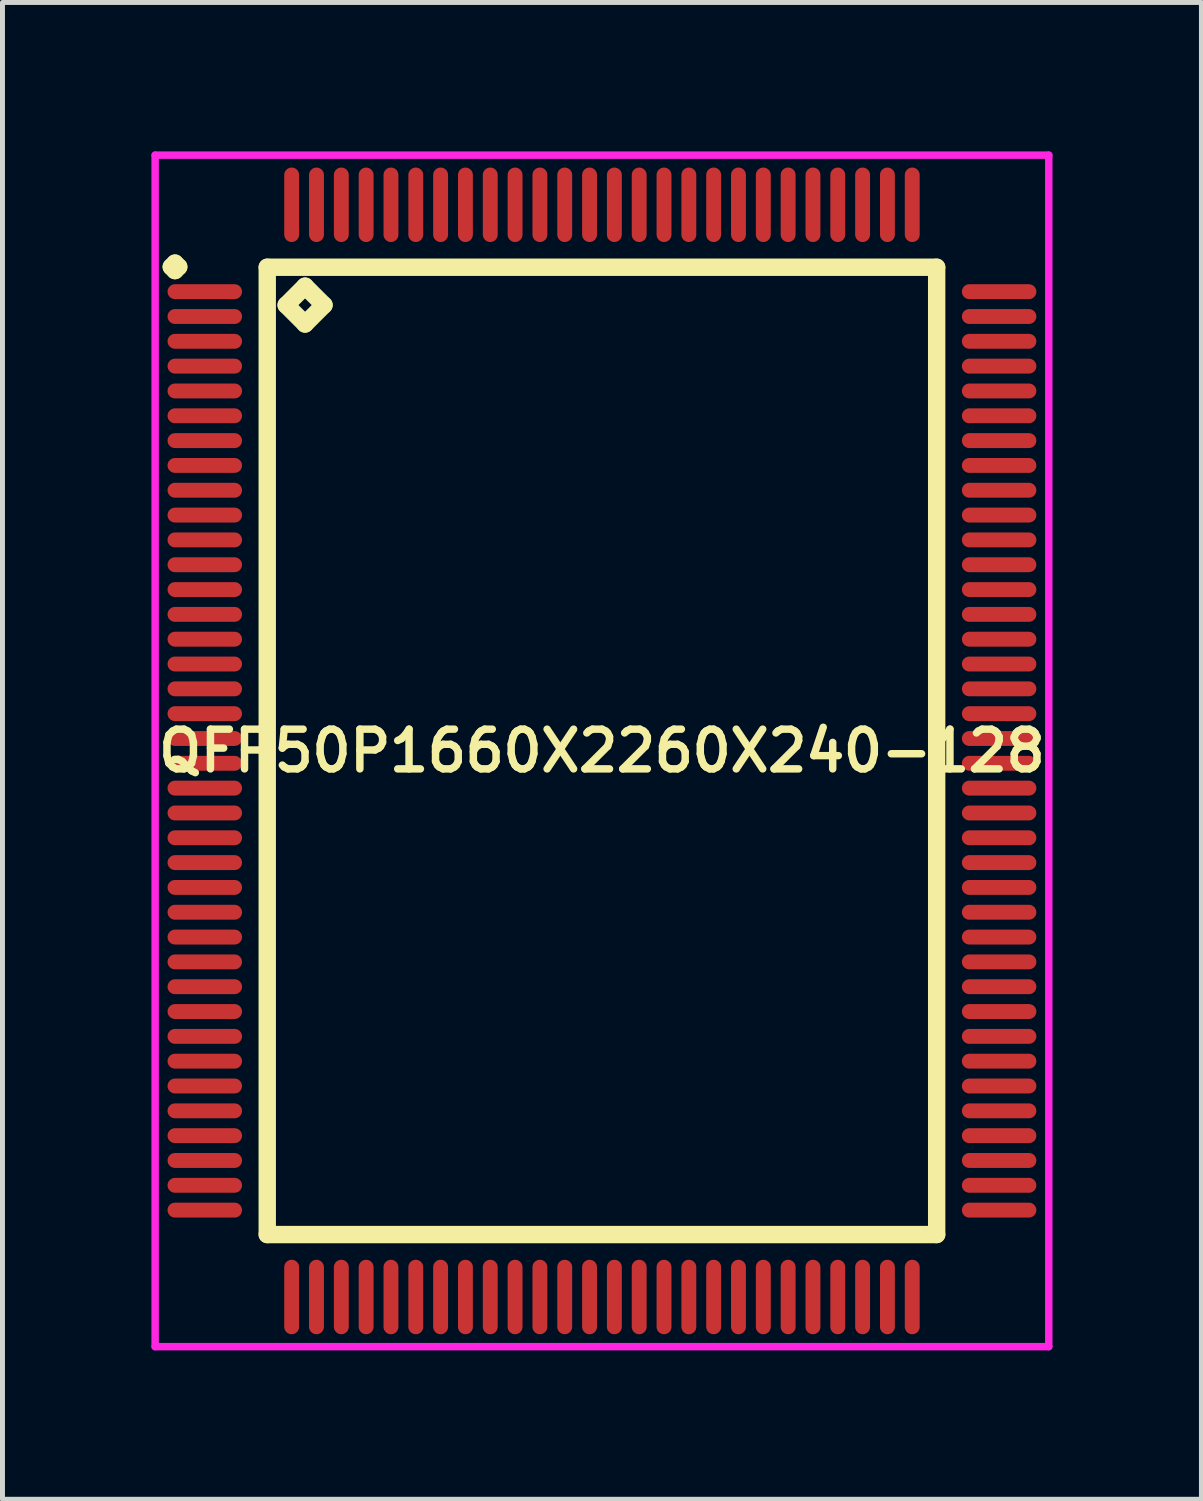
<source format=kicad_pcb>
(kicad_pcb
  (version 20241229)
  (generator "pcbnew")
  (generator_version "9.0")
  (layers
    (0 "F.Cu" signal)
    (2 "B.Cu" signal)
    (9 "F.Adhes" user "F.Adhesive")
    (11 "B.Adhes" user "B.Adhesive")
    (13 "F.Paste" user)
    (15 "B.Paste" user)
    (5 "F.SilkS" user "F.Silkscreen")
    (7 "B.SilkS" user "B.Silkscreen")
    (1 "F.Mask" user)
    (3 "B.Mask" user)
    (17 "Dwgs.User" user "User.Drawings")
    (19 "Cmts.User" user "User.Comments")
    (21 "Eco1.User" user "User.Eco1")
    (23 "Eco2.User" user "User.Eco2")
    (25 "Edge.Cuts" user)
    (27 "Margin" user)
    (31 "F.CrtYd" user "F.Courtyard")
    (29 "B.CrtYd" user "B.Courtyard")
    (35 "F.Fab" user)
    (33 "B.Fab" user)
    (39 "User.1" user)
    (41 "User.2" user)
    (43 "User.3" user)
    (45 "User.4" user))
  (footprint "QFP50P1660X2260X240-128"
    (layer "F.Cu")
    (at 9.075 12.075)
    (property "Reference" "QFP50P1660X2260X240-128" (at 0 0 0) (layer "F.SilkS") (effects (font (size 0.8 0.8) (thickness 0.15))))
    (attr smd)
    (fp_line (start -8.675 -9.75) (end -8.6 -9.825) (stroke (width 0.35) (type solid)) (layer "F.SilkS"))
    (fp_line (start -8.6 -9.825) (end -8.525 -9.75) (stroke (width 0.35) (type solid)) (layer "F.SilkS"))
    (fp_line (start -8.6 -9.675) (end -8.675 -9.75) (stroke (width 0.35) (type solid)) (layer "F.SilkS"))
    (fp_line (start -8.525 -9.75) (end -8.6 -9.675) (stroke (width 0.35) (type solid)) (layer "F.SilkS"))
    (fp_line (start -6.742 -9.742) (end -6.742 9.742) (stroke (width 0.35) (type solid)) (layer "F.SilkS"))
    (fp_line (start -6.742 9.742) (end 6.742 9.742) (stroke (width 0.35) (type solid)) (layer "F.SilkS"))
    (fp_line (start -6.361 -8.98) (end -5.98 -9.361) (stroke (width 0.35) (type solid)) (layer "F.SilkS"))
    (fp_line (start -5.98 -9.361) (end -5.599 -8.98) (stroke (width 0.35) (type solid)) (layer "F.SilkS"))
    (fp_line (start -5.98 -8.599) (end -6.361 -8.98) (stroke (width 0.35) (type solid)) (layer "F.SilkS"))
    (fp_line (start -5.599 -8.98) (end -5.98 -8.599) (stroke (width 0.35) (type solid)) (layer "F.SilkS"))
    (fp_line (start 6.742 -9.742) (end -6.742 -9.742) (stroke (width 0.35) (type solid)) (layer "F.SilkS"))
    (fp_line (start 6.742 9.742) (end 6.742 -9.742) (stroke (width 0.35) (type solid)) (layer "F.SilkS"))
    (fp_line (start -9 -12) (end 9 -12) (stroke (width 0.15) (type solid)) (layer "F.CrtYd"))
    (fp_line (start -9 12) (end -9 -12) (stroke (width 0.15) (type solid)) (layer "F.CrtYd"))
    (fp_line (start 9 -12) (end 9 12) (stroke (width 0.15) (type solid)) (layer "F.CrtYd"))
    (fp_line (start 9 12) (end -9 12) (stroke (width 0.15) (type solid)) (layer "F.CrtYd"))
    (pad "1" smd oval (at -8 -9.25) (size 1.5 0.3) (layers "F.Cu" "F.Mask" "F.Paste"))
    (pad "2" smd oval (at -8 -8.75) (size 1.5 0.3) (layers "F.Cu" "F.Mask" "F.Paste"))
    (pad "3" smd oval (at -8 -8.25) (size 1.5 0.3) (layers "F.Cu" "F.Mask" "F.Paste"))
    (pad "4" smd oval (at -8 -7.75) (size 1.5 0.3) (layers "F.Cu" "F.Mask" "F.Paste"))
    (pad "5" smd oval (at -8 -7.25) (size 1.5 0.3) (layers "F.Cu" "F.Mask" "F.Paste"))
    (pad "6" smd oval (at -8 -6.75) (size 1.5 0.3) (layers "F.Cu" "F.Mask" "F.Paste"))
    (pad "7" smd oval (at -8 -6.25) (size 1.5 0.3) (layers "F.Cu" "F.Mask" "F.Paste"))
    (pad "8" smd oval (at -8 -5.75) (size 1.5 0.3) (layers "F.Cu" "F.Mask" "F.Paste"))
    (pad "9" smd oval (at -8 -5.25) (size 1.5 0.3) (layers "F.Cu" "F.Mask" "F.Paste"))
    (pad "10" smd oval (at -8 -4.75) (size 1.5 0.3) (layers "F.Cu" "F.Mask" "F.Paste"))
    (pad "11" smd oval (at -8 -4.25) (size 1.5 0.3) (layers "F.Cu" "F.Mask" "F.Paste"))
    (pad "12" smd oval (at -8 -3.75) (size 1.5 0.3) (layers "F.Cu" "F.Mask" "F.Paste"))
    (pad "13" smd oval (at -8 -3.25) (size 1.5 0.3) (layers "F.Cu" "F.Mask" "F.Paste"))
    (pad "14" smd oval (at -8 -2.75) (size 1.5 0.3) (layers "F.Cu" "F.Mask" "F.Paste"))
    (pad "15" smd oval (at -8 -2.25) (size 1.5 0.3) (layers "F.Cu" "F.Mask" "F.Paste"))
    (pad "16" smd oval (at -8 -1.75) (size 1.5 0.3) (layers "F.Cu" "F.Mask" "F.Paste"))
    (pad "17" smd oval (at -8 -1.25) (size 1.5 0.3) (layers "F.Cu" "F.Mask" "F.Paste"))
    (pad "18" smd oval (at -8 -0.75) (size 1.5 0.3) (layers "F.Cu" "F.Mask" "F.Paste"))
    (pad "19" smd oval (at -8 -0.25) (size 1.5 0.3) (layers "F.Cu" "F.Mask" "F.Paste"))
    (pad "20" smd oval (at -8 0.25) (size 1.5 0.3) (layers "F.Cu" "F.Mask" "F.Paste"))
    (pad "21" smd oval (at -8 0.75) (size 1.5 0.3) (layers "F.Cu" "F.Mask" "F.Paste"))
    (pad "22" smd oval (at -8 1.25) (size 1.5 0.3) (layers "F.Cu" "F.Mask" "F.Paste"))
    (pad "23" smd oval (at -8 1.75) (size 1.5 0.3) (layers "F.Cu" "F.Mask" "F.Paste"))
    (pad "24" smd oval (at -8 2.25) (size 1.5 0.3) (layers "F.Cu" "F.Mask" "F.Paste"))
    (pad "25" smd oval (at -8 2.75) (size 1.5 0.3) (layers "F.Cu" "F.Mask" "F.Paste"))
    (pad "26" smd oval (at -8 3.25) (size 1.5 0.3) (layers "F.Cu" "F.Mask" "F.Paste"))
    (pad "27" smd oval (at -8 3.75) (size 1.5 0.3) (layers "F.Cu" "F.Mask" "F.Paste"))
    (pad "28" smd oval (at -8 4.25) (size 1.5 0.3) (layers "F.Cu" "F.Mask" "F.Paste"))
    (pad "29" smd oval (at -8 4.75) (size 1.5 0.3) (layers "F.Cu" "F.Mask" "F.Paste"))
    (pad "30" smd oval (at -8 5.25) (size 1.5 0.3) (layers "F.Cu" "F.Mask" "F.Paste"))
    (pad "31" smd oval (at -8 5.75) (size 1.5 0.3) (layers "F.Cu" "F.Mask" "F.Paste"))
    (pad "32" smd oval (at -8 6.25) (size 1.5 0.3) (layers "F.Cu" "F.Mask" "F.Paste"))
    (pad "33" smd oval (at -8 6.75) (size 1.5 0.3) (layers "F.Cu" "F.Mask" "F.Paste"))
    (pad "34" smd oval (at -8 7.25) (size 1.5 0.3) (layers "F.Cu" "F.Mask" "F.Paste"))
    (pad "35" smd oval (at -8 7.75) (size 1.5 0.3) (layers "F.Cu" "F.Mask" "F.Paste"))
    (pad "36" smd oval (at -8 8.25) (size 1.5 0.3) (layers "F.Cu" "F.Mask" "F.Paste"))
    (pad "37" smd oval (at -8 8.75) (size 1.5 0.3) (layers "F.Cu" "F.Mask" "F.Paste"))
    (pad "38" smd oval (at -8 9.25) (size 1.5 0.3) (layers "F.Cu" "F.Mask" "F.Paste"))
    (pad "39" smd oval (at -6.25 11) (size 0.3 1.5) (layers "F.Cu" "F.Mask" "F.Paste"))
    (pad "40" smd oval (at -5.75 11) (size 0.3 1.5) (layers "F.Cu" "F.Mask" "F.Paste"))
    (pad "41" smd oval (at -5.25 11) (size 0.3 1.5) (layers "F.Cu" "F.Mask" "F.Paste"))
    (pad "42" smd oval (at -4.75 11) (size 0.3 1.5) (layers "F.Cu" "F.Mask" "F.Paste"))
    (pad "43" smd oval (at -4.25 11) (size 0.3 1.5) (layers "F.Cu" "F.Mask" "F.Paste"))
    (pad "44" smd oval (at -3.75 11) (size 0.3 1.5) (layers "F.Cu" "F.Mask" "F.Paste"))
    (pad "45" smd oval (at -3.25 11) (size 0.3 1.5) (layers "F.Cu" "F.Mask" "F.Paste"))
    (pad "46" smd oval (at -2.75 11) (size 0.3 1.5) (layers "F.Cu" "F.Mask" "F.Paste"))
    (pad "47" smd oval (at -2.25 11) (size 0.3 1.5) (layers "F.Cu" "F.Mask" "F.Paste"))
    (pad "48" smd oval (at -1.75 11) (size 0.3 1.5) (layers "F.Cu" "F.Mask" "F.Paste"))
    (pad "49" smd oval (at -1.25 11) (size 0.3 1.5) (layers "F.Cu" "F.Mask" "F.Paste"))
    (pad "50" smd oval (at -0.75 11) (size 0.3 1.5) (layers "F.Cu" "F.Mask" "F.Paste"))
    (pad "51" smd oval (at -0.25 11) (size 0.3 1.5) (layers "F.Cu" "F.Mask" "F.Paste"))
    (pad "52" smd oval (at 0.25 11) (size 0.3 1.5) (layers "F.Cu" "F.Mask" "F.Paste"))
    (pad "53" smd oval (at 0.75 11) (size 0.3 1.5) (layers "F.Cu" "F.Mask" "F.Paste"))
    (pad "54" smd oval (at 1.25 11) (size 0.3 1.5) (layers "F.Cu" "F.Mask" "F.Paste"))
    (pad "55" smd oval (at 1.75 11) (size 0.3 1.5) (layers "F.Cu" "F.Mask" "F.Paste"))
    (pad "56" smd oval (at 2.25 11) (size 0.3 1.5) (layers "F.Cu" "F.Mask" "F.Paste"))
    (pad "57" smd oval (at 2.75 11) (size 0.3 1.5) (layers "F.Cu" "F.Mask" "F.Paste"))
    (pad "58" smd oval (at 3.25 11) (size 0.3 1.5) (layers "F.Cu" "F.Mask" "F.Paste"))
    (pad "59" smd oval (at 3.75 11) (size 0.3 1.5) (layers "F.Cu" "F.Mask" "F.Paste"))
    (pad "60" smd oval (at 4.25 11) (size 0.3 1.5) (layers "F.Cu" "F.Mask" "F.Paste"))
    (pad "61" smd oval (at 4.75 11) (size 0.3 1.5) (layers "F.Cu" "F.Mask" "F.Paste"))
    (pad "62" smd oval (at 5.25 11) (size 0.3 1.5) (layers "F.Cu" "F.Mask" "F.Paste"))
    (pad "63" smd oval (at 5.75 11) (size 0.3 1.5) (layers "F.Cu" "F.Mask" "F.Paste"))
    (pad "64" smd oval (at 6.25 11) (size 0.3 1.5) (layers "F.Cu" "F.Mask" "F.Paste"))
    (pad "65" smd oval (at 8 9.25) (size 1.5 0.3) (layers "F.Cu" "F.Mask" "F.Paste"))
    (pad "66" smd oval (at 8 8.75) (size 1.5 0.3) (layers "F.Cu" "F.Mask" "F.Paste"))
    (pad "67" smd oval (at 8 8.25) (size 1.5 0.3) (layers "F.Cu" "F.Mask" "F.Paste"))
    (pad "68" smd oval (at 8 7.75) (size 1.5 0.3) (layers "F.Cu" "F.Mask" "F.Paste"))
    (pad "69" smd oval (at 8 7.25) (size 1.5 0.3) (layers "F.Cu" "F.Mask" "F.Paste"))
    (pad "70" smd oval (at 8 6.75) (size 1.5 0.3) (layers "F.Cu" "F.Mask" "F.Paste"))
    (pad "71" smd oval (at 8 6.25) (size 1.5 0.3) (layers "F.Cu" "F.Mask" "F.Paste"))
    (pad "72" smd oval (at 8 5.75) (size 1.5 0.3) (layers "F.Cu" "F.Mask" "F.Paste"))
    (pad "73" smd oval (at 8 5.25) (size 1.5 0.3) (layers "F.Cu" "F.Mask" "F.Paste"))
    (pad "74" smd oval (at 8 4.75) (size 1.5 0.3) (layers "F.Cu" "F.Mask" "F.Paste"))
    (pad "75" smd oval (at 8 4.25) (size 1.5 0.3) (layers "F.Cu" "F.Mask" "F.Paste"))
    (pad "76" smd oval (at 8 3.75) (size 1.5 0.3) (layers "F.Cu" "F.Mask" "F.Paste"))
    (pad "77" smd oval (at 8 3.25) (size 1.5 0.3) (layers "F.Cu" "F.Mask" "F.Paste"))
    (pad "78" smd oval (at 8 2.75) (size 1.5 0.3) (layers "F.Cu" "F.Mask" "F.Paste"))
    (pad "79" smd oval (at 8 2.25) (size 1.5 0.3) (layers "F.Cu" "F.Mask" "F.Paste"))
    (pad "80" smd oval (at 8 1.75) (size 1.5 0.3) (layers "F.Cu" "F.Mask" "F.Paste"))
    (pad "81" smd oval (at 8 1.25) (size 1.5 0.3) (layers "F.Cu" "F.Mask" "F.Paste"))
    (pad "82" smd oval (at 8 0.75) (size 1.5 0.3) (layers "F.Cu" "F.Mask" "F.Paste"))
    (pad "83" smd oval (at 8 0.25) (size 1.5 0.3) (layers "F.Cu" "F.Mask" "F.Paste"))
    (pad "84" smd oval (at 8 -0.25) (size 1.5 0.3) (layers "F.Cu" "F.Mask" "F.Paste"))
    (pad "85" smd oval (at 8 -0.75) (size 1.5 0.3) (layers "F.Cu" "F.Mask" "F.Paste"))
    (pad "86" smd oval (at 8 -1.25) (size 1.5 0.3) (layers "F.Cu" "F.Mask" "F.Paste"))
    (pad "87" smd oval (at 8 -1.75) (size 1.5 0.3) (layers "F.Cu" "F.Mask" "F.Paste"))
    (pad "88" smd oval (at 8 -2.25) (size 1.5 0.3) (layers "F.Cu" "F.Mask" "F.Paste"))
    (pad "89" smd oval (at 8 -2.75) (size 1.5 0.3) (layers "F.Cu" "F.Mask" "F.Paste"))
    (pad "90" smd oval (at 8 -3.25) (size 1.5 0.3) (layers "F.Cu" "F.Mask" "F.Paste"))
    (pad "91" smd oval (at 8 -3.75) (size 1.5 0.3) (layers "F.Cu" "F.Mask" "F.Paste"))
    (pad "92" smd oval (at 8 -4.25) (size 1.5 0.3) (layers "F.Cu" "F.Mask" "F.Paste"))
    (pad "93" smd oval (at 8 -4.75) (size 1.5 0.3) (layers "F.Cu" "F.Mask" "F.Paste"))
    (pad "94" smd oval (at 8 -5.25) (size 1.5 0.3) (layers "F.Cu" "F.Mask" "F.Paste"))
    (pad "95" smd oval (at 8 -5.75) (size 1.5 0.3) (layers "F.Cu" "F.Mask" "F.Paste"))
    (pad "96" smd oval (at 8 -6.25) (size 1.5 0.3) (layers "F.Cu" "F.Mask" "F.Paste"))
    (pad "97" smd oval (at 8 -6.75) (size 1.5 0.3) (layers "F.Cu" "F.Mask" "F.Paste"))
    (pad "98" smd oval (at 8 -7.25) (size 1.5 0.3) (layers "F.Cu" "F.Mask" "F.Paste"))
    (pad "99" smd oval (at 8 -7.75) (size 1.5 0.3) (layers "F.Cu" "F.Mask" "F.Paste"))
    (pad "100" smd oval (at 8 -8.25) (size 1.5 0.3) (layers "F.Cu" "F.Mask" "F.Paste"))
    (pad "101" smd oval (at 8 -8.75) (size 1.5 0.3) (layers "F.Cu" "F.Mask" "F.Paste"))
    (pad "102" smd oval (at 8 -9.25) (size 1.5 0.3) (layers "F.Cu" "F.Mask" "F.Paste"))
    (pad "103" smd oval (at 6.25 -11) (size 0.3 1.5) (layers "F.Cu" "F.Mask" "F.Paste"))
    (pad "104" smd oval (at 5.75 -11) (size 0.3 1.5) (layers "F.Cu" "F.Mask" "F.Paste"))
    (pad "105" smd oval (at 5.25 -11) (size 0.3 1.5) (layers "F.Cu" "F.Mask" "F.Paste"))
    (pad "106" smd oval (at 4.75 -11) (size 0.3 1.5) (layers "F.Cu" "F.Mask" "F.Paste"))
    (pad "107" smd oval (at 4.25 -11) (size 0.3 1.5) (layers "F.Cu" "F.Mask" "F.Paste"))
    (pad "108" smd oval (at 3.75 -11) (size 0.3 1.5) (layers "F.Cu" "F.Mask" "F.Paste"))
    (pad "109" smd oval (at 3.25 -11) (size 0.3 1.5) (layers "F.Cu" "F.Mask" "F.Paste"))
    (pad "110" smd oval (at 2.75 -11) (size 0.3 1.5) (layers "F.Cu" "F.Mask" "F.Paste"))
    (pad "111" smd oval (at 2.25 -11) (size 0.3 1.5) (layers "F.Cu" "F.Mask" "F.Paste"))
    (pad "112" smd oval (at 1.75 -11) (size 0.3 1.5) (layers "F.Cu" "F.Mask" "F.Paste"))
    (pad "113" smd oval (at 1.25 -11) (size 0.3 1.5) (layers "F.Cu" "F.Mask" "F.Paste"))
    (pad "114" smd oval (at 0.75 -11) (size 0.3 1.5) (layers "F.Cu" "F.Mask" "F.Paste"))
    (pad "115" smd oval (at 0.25 -11) (size 0.3 1.5) (layers "F.Cu" "F.Mask" "F.Paste"))
    (pad "116" smd oval (at -0.25 -11) (size 0.3 1.5) (layers "F.Cu" "F.Mask" "F.Paste"))
    (pad "117" smd oval (at -0.75 -11) (size 0.3 1.5) (layers "F.Cu" "F.Mask" "F.Paste"))
    (pad "118" smd oval (at -1.25 -11) (size 0.3 1.5) (layers "F.Cu" "F.Mask" "F.Paste"))
    (pad "119" smd oval (at -1.75 -11) (size 0.3 1.5) (layers "F.Cu" "F.Mask" "F.Paste"))
    (pad "120" smd oval (at -2.25 -11) (size 0.3 1.5) (layers "F.Cu" "F.Mask" "F.Paste"))
    (pad "121" smd oval (at -2.75 -11) (size 0.3 1.5) (layers "F.Cu" "F.Mask" "F.Paste"))
    (pad "122" smd oval (at -3.25 -11) (size 0.3 1.5) (layers "F.Cu" "F.Mask" "F.Paste"))
    (pad "123" smd oval (at -3.75 -11) (size 0.3 1.5) (layers "F.Cu" "F.Mask" "F.Paste"))
    (pad "124" smd oval (at -4.25 -11) (size 0.3 1.5) (layers "F.Cu" "F.Mask" "F.Paste"))
    (pad "125" smd oval (at -4.75 -11) (size 0.3 1.5) (layers "F.Cu" "F.Mask" "F.Paste"))
    (pad "126" smd oval (at -5.25 -11) (size 0.3 1.5) (layers "F.Cu" "F.Mask" "F.Paste"))
    (pad "127" smd oval (at -5.75 -11) (size 0.3 1.5) (layers "F.Cu" "F.Mask" "F.Paste"))
    (pad "128" smd oval (at -6.25 -11) (size 0.3 1.5) (layers "F.Cu" "F.Mask" "F.Paste")))
  (gr_rect
    (start -3 -3)
    (end 21.15 27.15)
    (stroke (width 0.1) (type default))
    (fill no)
    (layer "Edge.Cuts")))
</source>
